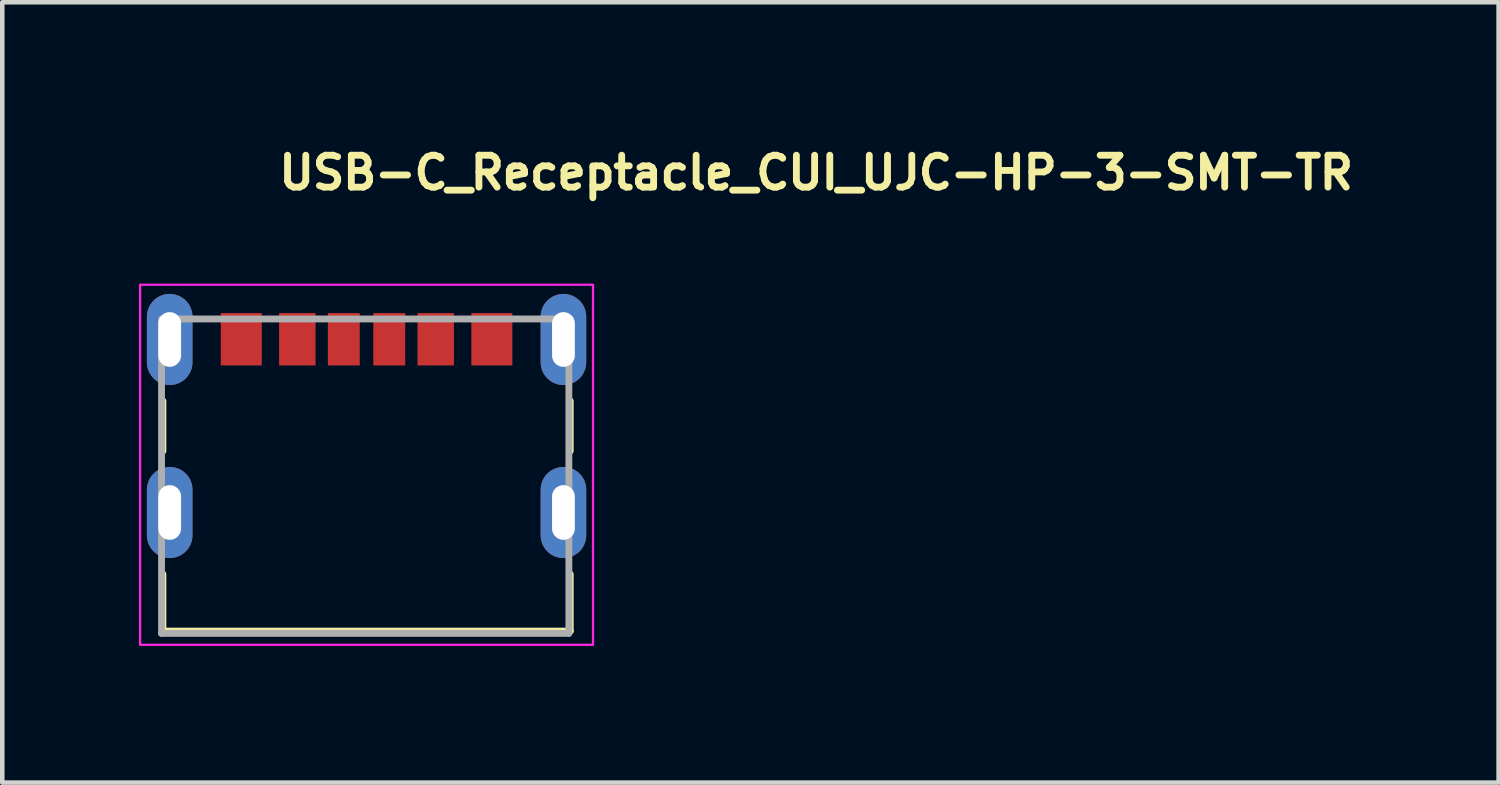
<source format=kicad_pcb>
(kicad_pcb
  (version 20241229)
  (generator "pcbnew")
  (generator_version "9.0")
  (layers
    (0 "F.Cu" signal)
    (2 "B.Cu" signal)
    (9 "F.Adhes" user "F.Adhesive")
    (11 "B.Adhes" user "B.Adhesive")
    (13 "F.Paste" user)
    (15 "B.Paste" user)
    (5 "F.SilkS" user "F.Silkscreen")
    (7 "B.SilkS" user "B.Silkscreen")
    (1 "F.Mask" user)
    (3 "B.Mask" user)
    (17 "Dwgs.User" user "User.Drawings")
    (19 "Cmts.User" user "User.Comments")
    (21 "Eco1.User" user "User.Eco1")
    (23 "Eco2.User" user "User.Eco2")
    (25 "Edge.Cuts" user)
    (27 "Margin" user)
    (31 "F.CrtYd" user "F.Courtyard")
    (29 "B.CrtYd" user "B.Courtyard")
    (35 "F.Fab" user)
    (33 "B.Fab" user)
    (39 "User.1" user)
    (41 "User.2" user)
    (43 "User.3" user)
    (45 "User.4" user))
  (footprint "USB-C_Receptacle_CUI_UJC-HP-3-SMT-TR"
    (layer "F.Cu")
    (at 4.995 7.15)
    (property "Reference" "USB-C_Receptacle_CUI_UJC-HP-3-SMT-TR" (at -2 -6 0) (layer "F.SilkS") (effects (font (size 0.7 0.7) (thickness 0.15)) (justify left bottom)))
    (attr smd)
    (fp_line (start -4.47 -0.3) (end -4.47 -1.4) (stroke (width 0.15) (type solid)) (layer "F.SilkS"))
    (fp_line (start -4.47 3.65) (end -4.47 2.4) (stroke (width 0.15) (type solid)) (layer "F.SilkS"))
    (fp_line (start -4.47 3.65) (end 4.469 3.65) (stroke (width 0.15) (type solid)) (layer "F.SilkS"))
    (fp_line (start 4.469 -0.3) (end 4.469 -1.4) (stroke (width 0.15) (type solid)) (layer "F.SilkS"))
    (fp_line (start 4.469 3.65) (end 4.469 2.4) (stroke (width 0.15) (type solid)) (layer "F.SilkS"))
    (fp_rect (start -4.97 -3.951) (end 4.969 3.95) (stroke (width 0.05) (type solid)) (fill no) (layer "F.CrtYd"))
    (fp_line (start -4.5 -3.2) (end -4.5 3.7) (stroke (width 0.15) (type solid)) (layer "F.Fab"))
    (fp_line (start -4.5 3.7) (end 4.439 3.7) (stroke (width 0.15) (type solid)) (layer "F.Fab"))
    (fp_line (start 4.439 3.7) (end 4.439 -3.2) (stroke (width 0.15) (type solid)) (layer "F.Fab"))
    (fp_line (start 4.469 -3.2) (end -4.47 -3.2) (stroke (width 0.15) (type solid)) (layer "F.Fab"))
    (fp_rect (start -4.47 -3.451) (end 4.469 3.45) (stroke (width 0.1) (type solid)) (fill no) (layer "User.5"))
    (fp_line (start -4.47 -3.351) (end -4.47 3.45) (stroke (width 0.02) (type solid)) (layer "User.9"))
    (fp_line (start -4.462 -3.351) (end -4.47 -3.351) (stroke (width 0.02) (type solid)) (layer "User.9"))
    (fp_line (start -4.462 -3.351) (end -4.462 -3.351) (stroke (width 0.02) (type solid)) (layer "User.9"))
    (fp_line (start -4.462 3.45) (end -4.47 3.45) (stroke (width 0.02) (type solid)) (layer "User.9"))
    (fp_line (start -4.462 3.45) (end -4.462 3.45) (stroke (width 0.02) (type solid)) (layer "User.9"))
    (fp_line (start -4.438 -3.351) (end -4.462 -3.351) (stroke (width 0.02) (type solid)) (layer "User.9"))
    (fp_line (start -4.438 -3.351) (end -4.438 -3.351) (stroke (width 0.02) (type solid)) (layer "User.9"))
    (fp_line (start -4.438 3.45) (end -4.462 3.45) (stroke (width 0.02) (type solid)) (layer "User.9"))
    (fp_line (start -4.438 3.45) (end -4.438 3.45) (stroke (width 0.02) (type solid)) (layer "User.9"))
    (fp_line (start -4.396 -3.351) (end -4.438 -3.351) (stroke (width 0.02) (type solid)) (layer "User.9"))
    (fp_line (start -4.396 -3.351) (end -4.396 -3.351) (stroke (width 0.02) (type solid)) (layer "User.9"))
    (fp_line (start -4.396 3.45) (end -4.438 3.45) (stroke (width 0.02) (type solid)) (layer "User.9"))
    (fp_line (start -4.396 3.45) (end -4.396 3.45) (stroke (width 0.02) (type solid)) (layer "User.9"))
    (fp_line (start -4.34 -3.351) (end -4.396 -3.351) (stroke (width 0.02) (type solid)) (layer "User.9"))
    (fp_line (start -4.34 -3.351) (end -4.34 -3.351) (stroke (width 0.02) (type solid)) (layer "User.9"))
    (fp_line (start -4.34 3.45) (end -4.396 3.45) (stroke (width 0.02) (type solid)) (layer "User.9"))
    (fp_line (start -4.34 3.45) (end -4.34 3.45) (stroke (width 0.02) (type solid)) (layer "User.9"))
    (fp_line (start -4.268 -3.351) (end -4.34 -3.351) (stroke (width 0.02) (type solid)) (layer "User.9"))
    (fp_line (start -4.268 -3.351) (end -4.268 -3.351) (stroke (width 0.02) (type solid)) (layer "User.9"))
    (fp_line (start -4.268 3.45) (end -4.34 3.45) (stroke (width 0.02) (type solid)) (layer "User.9"))
    (fp_line (start -4.268 3.45) (end -4.268 3.45) (stroke (width 0.02) (type solid)) (layer "User.9"))
    (fp_line (start -4.18 -3.351) (end -4.268 -3.351) (stroke (width 0.02) (type solid)) (layer "User.9"))
    (fp_line (start -4.18 -3.351) (end -4.18 -3.351) (stroke (width 0.02) (type solid)) (layer "User.9"))
    (fp_line (start -4.18 3.45) (end -4.268 3.45) (stroke (width 0.02) (type solid)) (layer "User.9"))
    (fp_line (start -4.18 3.45) (end -4.18 3.45) (stroke (width 0.02) (type solid)) (layer "User.9"))
    (fp_line (start -4.17 -3.451) (end -4.17 -3.351) (stroke (width 0.02) (type solid)) (layer "User.9"))
    (fp_line (start -4.165 -3.451) (end -4.17 -3.451) (stroke (width 0.02) (type solid)) (layer "User.9"))
    (fp_line (start -4.165 -3.451) (end -4.165 -3.451) (stroke (width 0.02) (type solid)) (layer "User.9"))
    (fp_line (start -4.149 -3.451) (end -4.165 -3.451) (stroke (width 0.02) (type solid)) (layer "User.9"))
    (fp_line (start -4.149 -3.451) (end -4.149 -3.451) (stroke (width 0.02) (type solid)) (layer "User.9"))
    (fp_line (start -4.122 -3.451) (end -4.149 -3.451) (stroke (width 0.02) (type solid)) (layer "User.9"))
    (fp_line (start -4.122 -3.451) (end -4.122 -3.451) (stroke (width 0.02) (type solid)) (layer "User.9"))
    (fp_line (start -4.085 -3.451) (end -4.122 -3.451) (stroke (width 0.02) (type solid)) (layer "User.9"))
    (fp_line (start -4.085 -3.451) (end -4.085 -3.451) (stroke (width 0.02) (type solid)) (layer "User.9"))
    (fp_line (start -4.082 -3.351) (end -4.18 -3.351) (stroke (width 0.02) (type solid)) (layer "User.9"))
    (fp_line (start -4.082 -3.351) (end -4.082 -3.351) (stroke (width 0.02) (type solid)) (layer "User.9"))
    (fp_line (start -4.082 3.45) (end -4.18 3.45) (stroke (width 0.02) (type solid)) (layer "User.9"))
    (fp_line (start -4.082 3.45) (end -4.082 3.45) (stroke (width 0.02) (type solid)) (layer "User.9"))
    (fp_line (start -4.037 -3.451) (end -4.085 -3.451) (stroke (width 0.02) (type solid)) (layer "User.9"))
    (fp_line (start -4.037 -3.451) (end -4.037 -3.451) (stroke (width 0.02) (type solid)) (layer "User.9"))
    (fp_line (start -3.98 -3.451) (end -4.037 -3.451) (stroke (width 0.02) (type solid)) (layer "User.9"))
    (fp_line (start -3.98 -3.451) (end -3.98 -3.451) (stroke (width 0.02) (type solid)) (layer "User.9"))
    (fp_line (start -3.971 -3.351) (end -4.082 -3.351) (stroke (width 0.02) (type solid)) (layer "User.9"))
    (fp_line (start -3.971 -3.351) (end -3.971 -3.351) (stroke (width 0.02) (type solid)) (layer "User.9"))
    (fp_line (start -3.971 3.45) (end -4.082 3.45) (stroke (width 0.02) (type solid)) (layer "User.9"))
    (fp_line (start -3.971 3.45) (end -3.971 3.45) (stroke (width 0.02) (type solid)) (layer "User.9"))
    (fp_line (start -3.914 -3.451) (end -3.98 -3.451) (stroke (width 0.02) (type solid)) (layer "User.9"))
    (fp_line (start -3.914 -3.451) (end -3.914 -3.451) (stroke (width 0.02) (type solid)) (layer "User.9"))
    (fp_line (start -3.848 -3.351) (end -3.971 -3.351) (stroke (width 0.02) (type solid)) (layer "User.9"))
    (fp_line (start -3.848 -3.351) (end -3.848 -3.351) (stroke (width 0.02) (type solid)) (layer "User.9"))
    (fp_line (start -3.848 3.45) (end -3.971 3.45) (stroke (width 0.02) (type solid)) (layer "User.9"))
    (fp_line (start -3.848 3.45) (end -3.848 3.45) (stroke (width 0.02) (type solid)) (layer "User.9"))
    (fp_line (start -3.758 -3.451) (end -3.914 -3.451) (stroke (width 0.02) (type solid)) (layer "User.9"))
    (fp_line (start -3.758 -3.451) (end -3.758 -3.451) (stroke (width 0.02) (type solid)) (layer "User.9"))
    (fp_line (start -3.58 -3.351) (end -3.848 -3.351) (stroke (width 0.02) (type solid)) (layer "User.9"))
    (fp_line (start -3.58 -3.351) (end -3.58 -3.351) (stroke (width 0.02) (type solid)) (layer "User.9"))
    (fp_line (start -3.58 3.45) (end -3.848 3.45) (stroke (width 0.02) (type solid)) (layer "User.9"))
    (fp_line (start -3.58 3.45) (end -3.58 3.45) (stroke (width 0.02) (type solid)) (layer "User.9"))
    (fp_line (start -3.576 -3.451) (end -3.758 -3.451) (stroke (width 0.02) (type solid)) (layer "User.9"))
    (fp_line (start -3.576 -3.451) (end -3.576 -3.451) (stroke (width 0.02) (type solid)) (layer "User.9"))
    (fp_line (start -3.27 -3.451) (end -3.576 -3.451) (stroke (width 0.02) (type solid)) (layer "User.9"))
    (fp_line (start -3.27 -3.351) (end -3.27 -3.451) (stroke (width 0.02) (type solid)) (layer "User.9"))
    (fp_line (start -3.141 -3.351) (end -3.58 -3.351) (stroke (width 0.02) (type solid)) (layer "User.9"))
    (fp_line (start -3.141 3.45) (end -3.58 3.45) (stroke (width 0.02) (type solid)) (layer "User.9"))
    (fp_line (start -2.923 -3.351) (end -3.141 -3.351) (stroke (width 0.02) (type solid)) (layer "User.9"))
    (fp_line (start -2.923 -3.351) (end -2.914 -3.351) (stroke (width 0.02) (type solid)) (layer "User.9"))
    (fp_line (start -2.914 -3.351) (end -2.904 -3.351) (stroke (width 0.02) (type solid)) (layer "User.9"))
    (fp_line (start -2.904 -3.351) (end -2.895 -3.348) (stroke (width 0.02) (type solid)) (layer "User.9"))
    (fp_line (start -2.895 -3.348) (end -2.884 -3.347) (stroke (width 0.02) (type solid)) (layer "User.9"))
    (fp_line (start -2.884 -3.347) (end -2.875 -3.344) (stroke (width 0.02) (type solid)) (layer "User.9"))
    (fp_line (start -2.875 -3.344) (end -2.866 -3.343) (stroke (width 0.02) (type solid)) (layer "User.9"))
    (fp_line (start -2.866 -3.343) (end -2.856 -3.339) (stroke (width 0.02) (type solid)) (layer "User.9"))
    (fp_line (start -2.856 -3.339) (end -2.847 -3.335) (stroke (width 0.02) (type solid)) (layer "User.9"))
    (fp_line (start -2.847 -3.335) (end -2.839 -3.331) (stroke (width 0.02) (type solid)) (layer "User.9"))
    (fp_line (start -2.839 -3.331) (end -2.83 -3.327) (stroke (width 0.02) (type solid)) (layer "User.9"))
    (fp_line (start -2.83 -3.327) (end -2.822 -3.322) (stroke (width 0.02) (type solid)) (layer "User.9"))
    (fp_line (start -2.822 -3.322) (end -2.813 -3.318) (stroke (width 0.02) (type solid)) (layer "User.9"))
    (fp_line (start -2.813 -3.318) (end -2.805 -3.311) (stroke (width 0.02) (type solid)) (layer "User.9"))
    (fp_line (start -2.805 -3.311) (end -2.798 -3.306) (stroke (width 0.02) (type solid)) (layer "User.9"))
    (fp_line (start -2.798 -3.306) (end -2.79 -3.299) (stroke (width 0.02) (type solid)) (layer "User.9"))
    (fp_line (start -2.79 -3.299) (end -2.782 -3.293) (stroke (width 0.02) (type solid)) (layer "User.9"))
    (fp_line (start -2.782 -3.293) (end -2.5 -3.009) (stroke (width 0.02) (type solid)) (layer "User.9"))
    (fp_line (start -2.656 -1.801) (end -2.656 -1.766) (stroke (width 0.02) (type solid)) (layer "User.9"))
    (fp_line (start -2.656 -1.801) (end -2.656 -1.766) (stroke (width 0.02) (type solid)) (layer "User.9"))
    (fp_line (start -2.656 -1.766) (end -2.621 -1.766) (stroke (width 0.02) (type solid)) (layer "User.9"))
    (fp_line (start -2.656 -1.385) (end -2.656 -1.351) (stroke (width 0.02) (type solid)) (layer "User.9"))
    (fp_line (start -2.656 -1.351) (end -1.446 -1.351) (stroke (width 0.02) (type solid)) (layer "User.9"))
    (fp_line (start -2.63 -1.385) (end -2.629 -1.381) (stroke (width 0.02) (type solid)) (layer "User.9"))
    (fp_line (start -2.629 -1.381) (end -2.625 -1.377) (stroke (width 0.02) (type solid)) (layer "User.9"))
    (fp_line (start -2.625 -1.377) (end -2.622 -1.373) (stroke (width 0.02) (type solid)) (layer "User.9"))
    (fp_line (start -2.622 -1.373) (end -2.621 -1.371) (stroke (width 0.02) (type solid)) (layer "User.9"))
    (fp_line (start -2.621 -1.766) (end -2.214 -1.766) (stroke (width 0.02) (type solid)) (layer "User.9"))
    (fp_line (start -2.621 -1.385) (end -2.656 -1.385) (stroke (width 0.02) (type solid)) (layer "User.9"))
    (fp_line (start -2.621 -1.385) (end -2.214 -1.385) (stroke (width 0.02) (type solid)) (layer "User.9"))
    (fp_line (start -2.621 -1.371) (end -2.617 -1.367) (stroke (width 0.02) (type solid)) (layer "User.9"))
    (fp_line (start -2.617 -1.367) (end -2.614 -1.365) (stroke (width 0.02) (type solid)) (layer "User.9"))
    (fp_line (start -2.614 -1.365) (end -2.612 -1.361) (stroke (width 0.02) (type solid)) (layer "User.9"))
    (fp_line (start -2.612 -1.361) (end -2.609 -1.359) (stroke (width 0.02) (type solid)) (layer "User.9"))
    (fp_line (start -2.609 -1.359) (end -2.606 -1.357) (stroke (width 0.02) (type solid)) (layer "User.9"))
    (fp_line (start -2.606 -1.357) (end -2.604 -1.355) (stroke (width 0.02) (type solid)) (layer "User.9"))
    (fp_line (start -2.604 -1.355) (end -2.601 -1.355) (stroke (width 0.02) (type solid)) (layer "User.9"))
    (fp_line (start -2.601 -1.355) (end -2.597 -1.353) (stroke (width 0.02) (type solid)) (layer "User.9"))
    (fp_line (start -2.597 -1.353) (end -2.594 -1.351) (stroke (width 0.02) (type solid)) (layer "User.9"))
    (fp_line (start -2.594 -1.351) (end -2.592 -1.351) (stroke (width 0.02) (type solid)) (layer "User.9"))
    (fp_line (start -2.592 -1.351) (end -2.59 -1.351) (stroke (width 0.02) (type solid)) (layer "User.9"))
    (fp_line (start -2.59 -1.351) (end -2.589 -1.351) (stroke (width 0.02) (type solid)) (layer "User.9"))
    (fp_line (start -2.589 -1.351) (end -2.588 -1.351) (stroke (width 0.02) (type solid)) (layer "User.9"))
    (fp_line (start -2.588 -1.351) (end -2.586 -1.351) (stroke (width 0.02) (type solid)) (layer "User.9"))
    (fp_line (start -2.586 -1.351) (end -2.656 -1.351) (stroke (width 0.02) (type solid)) (layer "User.9"))
    (fp_line (start -2.5 -3.009) (end -2.492 -3.003) (stroke (width 0.02) (type solid)) (layer "User.9"))
    (fp_line (start -2.492 -3.003) (end -2.484 -2.996) (stroke (width 0.02) (type solid)) (layer "User.9"))
    (fp_line (start -2.484 -2.996) (end -2.477 -2.991) (stroke (width 0.02) (type solid)) (layer "User.9"))
    (fp_line (start -2.477 -2.991) (end -2.469 -2.984) (stroke (width 0.02) (type solid)) (layer "User.9"))
    (fp_line (start -2.469 -2.984) (end -2.46 -2.98) (stroke (width 0.02) (type solid)) (layer "User.9"))
    (fp_line (start -2.469 -1.801) (end -2.469 -1.766) (stroke (width 0.02) (type solid)) (layer "User.9"))
    (fp_line (start -2.469 -1.385) (end -2.469 -1.351) (stroke (width 0.02) (type solid)) (layer "User.9"))
    (fp_line (start -2.469 -1.351) (end -2.656 -1.351) (stroke (width 0.02) (type solid)) (layer "User.9"))
    (fp_line (start -2.46 -2.98) (end -2.452 -2.975) (stroke (width 0.02) (type solid)) (layer "User.9"))
    (fp_line (start -2.452 -3.281) (end -2.77 -3.281) (stroke (width 0.02) (type solid)) (layer "User.9"))
    (fp_line (start -2.452 -3.281) (end -2.452 -3.181) (stroke (width 0.02) (type solid)) (layer "User.9"))
    (fp_line (start -2.452 -3.181) (end -2.67 -3.181) (stroke (width 0.02) (type solid)) (layer "User.9"))
    (fp_line (start -2.452 -3.181) (end -2.452 -2.973) (stroke (width 0.02) (type solid)) (layer "User.9"))
    (fp_line (start -2.452 -2.975) (end -2.444 -2.971) (stroke (width 0.02) (type solid)) (layer "User.9"))
    (fp_line (start -2.444 -2.971) (end -2.435 -2.967) (stroke (width 0.02) (type solid)) (layer "User.9"))
    (fp_line (start -2.435 -2.967) (end -2.426 -2.963) (stroke (width 0.02) (type solid)) (layer "User.9"))
    (fp_line (start -2.426 -2.963) (end -2.416 -2.96) (stroke (width 0.02) (type solid)) (layer "User.9"))
    (fp_line (start -2.416 -2.96) (end -2.407 -2.957) (stroke (width 0.02) (type solid)) (layer "User.9"))
    (fp_line (start -2.407 -2.957) (end -2.398 -2.955) (stroke (width 0.02) (type solid)) (layer "User.9"))
    (fp_line (start -2.398 -2.955) (end -2.387 -2.953) (stroke (width 0.02) (type solid)) (layer "User.9"))
    (fp_line (start -2.387 -2.953) (end -2.378 -2.952) (stroke (width 0.02) (type solid)) (layer "User.9"))
    (fp_line (start -2.378 -2.952) (end -2.368 -2.952) (stroke (width 0.02) (type solid)) (layer "User.9"))
    (fp_line (start -2.368 -2.952) (end -2.359 -2.952) (stroke (width 0.02) (type solid)) (layer "User.9"))
    (fp_line (start -2.359 -2.952) (end -1.301 -2.952) (stroke (width 0.02) (type solid)) (layer "User.9"))
    (fp_line (start -2.214 -1.766) (end -1.889 -1.766) (stroke (width 0.02) (type solid)) (layer "User.9"))
    (fp_line (start -2.214 -1.385) (end -1.889 -1.385) (stroke (width 0.02) (type solid)) (layer "User.9"))
    (fp_line (start -1.889 -1.766) (end -1.48 -1.766) (stroke (width 0.02) (type solid)) (layer "User.9"))
    (fp_line (start -1.889 -1.385) (end -1.48 -1.385) (stroke (width 0.02) (type solid)) (layer "User.9"))
    (fp_line (start -1.801 -3.281) (end -1.801 -3.181) (stroke (width 0.02) (type solid)) (layer "User.9"))
    (fp_line (start -1.801 -3.181) (end -1.801 -2.952) (stroke (width 0.02) (type solid)) (layer "User.9"))
    (fp_line (start -1.633 -1.801) (end -1.633 -1.766) (stroke (width 0.02) (type solid)) (layer "User.9"))
    (fp_line (start -1.633 -1.385) (end -1.633 -1.351) (stroke (width 0.02) (type solid)) (layer "User.9"))
    (fp_line (start -1.516 -1.351) (end -1.633 -1.351) (stroke (width 0.02) (type solid)) (layer "User.9"))
    (fp_line (start -1.516 -1.351) (end -1.514 -1.351) (stroke (width 0.02) (type solid)) (layer "User.9"))
    (fp_line (start -1.514 -1.351) (end -1.514 -1.351) (stroke (width 0.02) (type solid)) (layer "User.9"))
    (fp_line (start -1.514 -1.351) (end -1.512 -1.351) (stroke (width 0.02) (type solid)) (layer "User.9"))
    (fp_line (start -1.512 -1.351) (end -1.51 -1.351) (stroke (width 0.02) (type solid)) (layer "User.9"))
    (fp_line (start -1.51 -1.351) (end -1.508 -1.351) (stroke (width 0.02) (type solid)) (layer "User.9"))
    (fp_line (start -1.508 -1.351) (end -1.508 -1.351) (stroke (width 0.02) (type solid)) (layer "User.9"))
    (fp_line (start -1.508 -1.351) (end -1.506 -1.353) (stroke (width 0.02) (type solid)) (layer "User.9"))
    (fp_line (start -1.506 -1.353) (end -1.504 -1.353) (stroke (width 0.02) (type solid)) (layer "User.9"))
    (fp_line (start -1.504 -1.353) (end -1.502 -1.353) (stroke (width 0.02) (type solid)) (layer "User.9"))
    (fp_line (start -1.502 -1.355) (end -1.5 -1.355) (stroke (width 0.02) (type solid)) (layer "User.9"))
    (fp_line (start -1.502 -1.353) (end -1.502 -1.355) (stroke (width 0.02) (type solid)) (layer "User.9"))
    (fp_line (start -1.5 -2.27) (end -1.5 -2.261) (stroke (width 0.02) (type solid)) (layer "User.9"))
    (fp_line (start -1.5 -2.261) (end -1.5 -2.25) (stroke (width 0.02) (type solid)) (layer "User.9"))
    (fp_line (start -1.5 -2.25) (end -1.5 -2.242) (stroke (width 0.02) (type solid)) (layer "User.9"))
    (fp_line (start -1.5 -2.242) (end -1.5 -2.231) (stroke (width 0.02) (type solid)) (layer "User.9"))
    (fp_line (start -1.5 -2.231) (end -1.498 -2.222) (stroke (width 0.02) (type solid)) (layer "User.9"))
    (fp_line (start -1.5 -1.355) (end -1.498 -1.355) (stroke (width 0.02) (type solid)) (layer "User.9"))
    (fp_line (start -1.498 -2.29) (end -1.498 -2.281) (stroke (width 0.02) (type solid)) (layer "User.9"))
    (fp_line (start -1.498 -2.281) (end -1.5 -2.27) (stroke (width 0.02) (type solid)) (layer "User.9"))
    (fp_line (start -1.498 -2.222) (end -1.498 -2.211) (stroke (width 0.02) (type solid)) (layer "User.9"))
    (fp_line (start -1.498 -2.211) (end -1.494 -2.202) (stroke (width 0.02) (type solid)) (layer "User.9"))
    (fp_line (start -1.498 -1.357) (end -1.496 -1.357) (stroke (width 0.02) (type solid)) (layer "User.9"))
    (fp_line (start -1.498 -1.355) (end -1.498 -1.357) (stroke (width 0.02) (type solid)) (layer "User.9"))
    (fp_line (start -1.496 -1.357) (end -1.492 -1.359) (stroke (width 0.02) (type solid)) (layer "User.9"))
    (fp_line (start -1.494 -2.299) (end -1.498 -2.29) (stroke (width 0.02) (type solid)) (layer "User.9"))
    (fp_line (start -1.494 -2.202) (end -1.492 -2.193) (stroke (width 0.02) (type solid)) (layer "User.9"))
    (fp_line (start -1.492 -2.31) (end -1.494 -2.299) (stroke (width 0.02) (type solid)) (layer "User.9"))
    (fp_line (start -1.492 -2.193) (end -1.49 -2.183) (stroke (width 0.02) (type solid)) (layer "User.9"))
    (fp_line (start -1.492 -1.359) (end -1.49 -1.361) (stroke (width 0.02) (type solid)) (layer "User.9"))
    (fp_line (start -1.49 -2.319) (end -1.492 -2.31) (stroke (width 0.02) (type solid)) (layer "User.9"))
    (fp_line (start -1.49 -2.183) (end -1.486 -2.174) (stroke (width 0.02) (type solid)) (layer "User.9"))
    (fp_line (start -1.49 -1.361) (end -1.488 -1.365) (stroke (width 0.02) (type solid)) (layer "User.9"))
    (fp_line (start -1.488 -1.365) (end -1.484 -1.367) (stroke (width 0.02) (type solid)) (layer "User.9"))
    (fp_line (start -1.486 -2.327) (end -1.49 -2.319) (stroke (width 0.02) (type solid)) (layer "User.9"))
    (fp_line (start -1.486 -2.174) (end -1.482 -2.165) (stroke (width 0.02) (type solid)) (layer "User.9"))
    (fp_line (start -1.484 -1.367) (end -1.482 -1.371) (stroke (width 0.02) (type solid)) (layer "User.9"))
    (fp_line (start -1.482 -2.336) (end -1.486 -2.327) (stroke (width 0.02) (type solid)) (layer "User.9"))
    (fp_line (start -1.482 -2.165) (end -1.478 -2.157) (stroke (width 0.02) (type solid)) (layer "User.9"))
    (fp_line (start -1.482 -1.371) (end -1.48 -1.373) (stroke (width 0.02) (type solid)) (layer "User.9"))
    (fp_line (start -1.48 -1.766) (end -1.446 -1.766) (stroke (width 0.02) (type solid)) (layer "User.9"))
    (fp_line (start -1.48 -1.373) (end -1.476 -1.377) (stroke (width 0.02) (type solid)) (layer "User.9"))
    (fp_line (start -1.478 -2.346) (end -1.482 -2.336) (stroke (width 0.02) (type solid)) (layer "User.9"))
    (fp_line (start -1.478 -2.157) (end -1.472 -2.149) (stroke (width 0.02) (type solid)) (layer "User.9"))
    (fp_line (start -1.476 -1.377) (end -1.474 -1.381) (stroke (width 0.02) (type solid)) (layer "User.9"))
    (fp_line (start -1.474 -1.381) (end -1.472 -1.385) (stroke (width 0.02) (type solid)) (layer "User.9"))
    (fp_line (start -1.472 -2.354) (end -1.478 -2.346) (stroke (width 0.02) (type solid)) (layer "User.9"))
    (fp_line (start -1.472 -2.149) (end -1.468 -2.141) (stroke (width 0.02) (type solid)) (layer "User.9"))
    (fp_line (start -1.468 -2.362) (end -1.472 -2.354) (stroke (width 0.02) (type solid)) (layer "User.9"))
    (fp_line (start -1.468 -2.141) (end -1.462 -2.133) (stroke (width 0.02) (type solid)) (layer "User.9"))
    (fp_line (start -1.462 -2.37) (end -1.468 -2.362) (stroke (width 0.02) (type solid)) (layer "User.9"))
    (fp_line (start -1.462 -2.133) (end -1.456 -2.125) (stroke (width 0.02) (type solid)) (layer "User.9"))
    (fp_line (start -1.456 -2.378) (end -1.462 -2.37) (stroke (width 0.02) (type solid)) (layer "User.9"))
    (fp_line (start -1.456 -2.125) (end -1.45 -2.117) (stroke (width 0.02) (type solid)) (layer "User.9"))
    (fp_line (start -1.45 -2.386) (end -1.456 -2.378) (stroke (width 0.02) (type solid)) (layer "User.9"))
    (fp_line (start -1.45 -2.117) (end -1.442 -2.109) (stroke (width 0.02) (type solid)) (layer "User.9"))
    (fp_line (start -1.446 -1.801) (end -2.656 -1.801) (stroke (width 0.02) (type solid)) (layer "User.9"))
    (fp_line (start -1.446 -1.801) (end -2.656 -1.801) (stroke (width 0.02) (type solid)) (layer "User.9"))
    (fp_line (start -1.446 -1.801) (end -1.446 -1.766) (stroke (width 0.02) (type solid)) (layer "User.9"))
    (fp_line (start -1.446 -1.766) (end -1.446 -1.801) (stroke (width 0.02) (type solid)) (layer "User.9"))
    (fp_line (start -1.446 -1.385) (end -1.48 -1.385) (stroke (width 0.02) (type solid)) (layer "User.9"))
    (fp_line (start -1.446 -1.351) (end -1.516 -1.351) (stroke (width 0.02) (type solid)) (layer "User.9"))
    (fp_line (start -1.446 -1.351) (end -1.446 -1.385) (stroke (width 0.02) (type solid)) (layer "User.9"))
    (fp_line (start -1.442 -2.392) (end -1.45 -2.386) (stroke (width 0.02) (type solid)) (layer "User.9"))
    (fp_line (start -1.442 -2.392) (end -1.442 -2.392) (stroke (width 0.02) (type solid)) (layer "User.9"))
    (fp_line (start -1.442 -2.109) (end -1.442 -2.109) (stroke (width 0.02) (type solid)) (layer "User.9"))
    (fp_line (start -1.442 -2.109) (end -1.436 -2.102) (stroke (width 0.02) (type solid)) (layer "User.9"))
    (fp_line (start -1.436 -2.399) (end -1.442 -2.392) (stroke (width 0.02) (type solid)) (layer "User.9"))
    (fp_line (start -1.436 -2.102) (end -1.428 -2.097) (stroke (width 0.02) (type solid)) (layer "User.9"))
    (fp_line (start -1.428 -2.406) (end -1.436 -2.399) (stroke (width 0.02) (type solid)) (layer "User.9"))
    (fp_line (start -1.428 -2.097) (end -1.42 -2.09) (stroke (width 0.02) (type solid)) (layer "User.9"))
    (fp_line (start -1.42 -2.411) (end -1.428 -2.406) (stroke (width 0.02) (type solid)) (layer "User.9"))
    (fp_line (start -1.42 -2.09) (end -1.412 -2.085) (stroke (width 0.02) (type solid)) (layer "User.9"))
    (fp_line (start -1.412 -2.418) (end -1.42 -2.411) (stroke (width 0.02) (type solid)) (layer "User.9"))
    (fp_line (start -1.412 -2.085) (end -1.403 -2.08) (stroke (width 0.02) (type solid)) (layer "User.9"))
    (fp_line (start -1.403 -2.423) (end -1.412 -2.418) (stroke (width 0.02) (type solid)) (layer "User.9"))
    (fp_line (start -1.403 -2.08) (end -1.395 -2.074) (stroke (width 0.02) (type solid)) (layer "User.9"))
    (fp_line (start -1.395 -2.427) (end -1.403 -2.423) (stroke (width 0.02) (type solid)) (layer "User.9"))
    (fp_line (start -1.395 -2.074) (end -1.387 -2.07) (stroke (width 0.02) (type solid)) (layer "User.9"))
    (fp_line (start -1.387 -2.431) (end -1.395 -2.427) (stroke (width 0.02) (type solid)) (layer "User.9"))
    (fp_line (start -1.387 -2.07) (end -1.377 -2.066) (stroke (width 0.02) (type solid)) (layer "User.9"))
    (fp_line (start -1.377 -2.436) (end -1.387 -2.431) (stroke (width 0.02) (type solid)) (layer "User.9"))
    (fp_line (start -1.377 -2.066) (end -1.369 -2.062) (stroke (width 0.02) (type solid)) (layer "User.9"))
    (fp_line (start -1.369 -2.44) (end -1.377 -2.436) (stroke (width 0.02) (type solid)) (layer "User.9"))
    (fp_line (start -1.369 -2.062) (end -1.359 -2.06) (stroke (width 0.02) (type solid)) (layer "User.9"))
    (fp_line (start -1.359 -2.443) (end -1.369 -2.44) (stroke (width 0.02) (type solid)) (layer "User.9"))
    (fp_line (start -1.359 -2.06) (end -1.349 -2.057) (stroke (width 0.02) (type solid)) (layer "User.9"))
    (fp_line (start -1.349 -2.444) (end -1.359 -2.443) (stroke (width 0.02) (type solid)) (layer "User.9"))
    (fp_line (start -1.349 -2.057) (end -1.341 -2.054) (stroke (width 0.02) (type solid)) (layer "User.9"))
    (fp_line (start -1.341 -2.448) (end -1.349 -2.444) (stroke (width 0.02) (type solid)) (layer "User.9"))
    (fp_line (start -1.341 -2.054) (end -1.331 -2.053) (stroke (width 0.02) (type solid)) (layer "User.9"))
    (fp_line (start -1.331 -2.448) (end -1.341 -2.448) (stroke (width 0.02) (type solid)) (layer "User.9"))
    (fp_line (start -1.331 -2.053) (end -1.321 -2.052) (stroke (width 0.02) (type solid)) (layer "User.9"))
    (fp_line (start -1.321 -2.451) (end -1.331 -2.448) (stroke (width 0.02) (type solid)) (layer "User.9"))
    (fp_line (start -1.321 -2.052) (end -1.311 -2.052) (stroke (width 0.02) (type solid)) (layer "User.9"))
    (fp_line (start -1.311 -2.451) (end -1.321 -2.451) (stroke (width 0.02) (type solid)) (layer "User.9"))
    (fp_line (start -1.311 -2.052) (end -1.301 -2.05) (stroke (width 0.02) (type solid)) (layer "User.9"))
    (fp_line (start -1.301 -2.952) (end -0.982 -2.952) (stroke (width 0.02) (type solid)) (layer "User.9"))
    (fp_line (start -1.301 -2.452) (end -1.311 -2.451) (stroke (width 0.02) (type solid)) (layer "User.9"))
    (fp_line (start -1.301 -2.351) (end -1.301 -2.452) (stroke (width 0.02) (type solid)) (layer "User.9"))
    (fp_line (start -1.301 -2.351) (end 1.3 -2.351) (stroke (width 0.02) (type solid)) (layer "User.9"))
    (fp_line (start -1.301 -2.05) (end 1.3 -2.05) (stroke (width 0.02) (type solid)) (layer "User.9"))
    (fp_line (start -1.24 -3.281) (end -1.801 -3.281) (stroke (width 0.02) (type solid)) (layer "User.9"))
    (fp_line (start -1.24 -3.281) (end -1.24 -3.181) (stroke (width 0.02) (type solid)) (layer "User.9"))
    (fp_line (start -1.24 -3.181) (end -1.801 -3.181) (stroke (width 0.02) (type solid)) (layer "User.9"))
    (fp_line (start -1.24 -3.181) (end -1.24 -2.952) (stroke (width 0.02) (type solid)) (layer "User.9"))
    (fp_line (start -0.982 -2.952) (end -0.462 -2.952) (stroke (width 0.02) (type solid)) (layer "User.9"))
    (fp_line (start -0.982 -2.952) (end 0.98 -2.952) (stroke (width 0.02) (type solid)) (layer "User.9"))
    (fp_line (start -0.982 -2.452) (end -1.301 -2.452) (stroke (width 0.02) (type solid)) (layer "User.9"))
    (fp_line (start -0.75 -3.281) (end -0.75 -3.181) (stroke (width 0.02) (type solid)) (layer "User.9"))
    (fp_line (start -0.75 -3.181) (end -0.75 -2.952) (stroke (width 0.02) (type solid)) (layer "User.9"))
    (fp_line (start -0.462 -2.452) (end -0.982 -2.452) (stroke (width 0.02) (type solid)) (layer "User.9"))
    (fp_line (start -0.462 -2.452) (end -0.458 -2.452) (stroke (width 0.02) (type solid)) (layer "User.9"))
    (fp_line (start -0.458 -2.951) (end -0.462 -2.952) (stroke (width 0.02) (type solid)) (layer "User.9"))
    (fp_line (start -0.458 -2.452) (end -0.455 -2.452) (stroke (width 0.02) (type solid)) (layer "User.9"))
    (fp_line (start -0.455 -2.951) (end -0.458 -2.951) (stroke (width 0.02) (type solid)) (layer "User.9"))
    (fp_line (start -0.455 -2.452) (end -0.451 -2.452) (stroke (width 0.02) (type solid)) (layer "User.9"))
    (fp_line (start -0.451 -2.949) (end -0.455 -2.951) (stroke (width 0.02) (type solid)) (layer "User.9"))
    (fp_line (start -0.451 -2.452) (end -0.447 -2.452) (stroke (width 0.02) (type solid)) (layer "User.9"))
    (fp_line (start -0.447 -2.949) (end -0.451 -2.949) (stroke (width 0.02) (type solid)) (layer "User.9"))
    (fp_line (start -0.447 -2.452) (end -0.443 -2.455) (stroke (width 0.02) (type solid)) (layer "User.9"))
    (fp_line (start -0.443 -2.948) (end -0.447 -2.949) (stroke (width 0.02) (type solid)) (layer "User.9"))
    (fp_line (start -0.443 -2.455) (end -0.44 -2.456) (stroke (width 0.02) (type solid)) (layer "User.9"))
    (fp_line (start -0.44 -2.947) (end -0.443 -2.948) (stroke (width 0.02) (type solid)) (layer "User.9"))
    (fp_line (start -0.44 -2.456) (end -0.437 -2.456) (stroke (width 0.02) (type solid)) (layer "User.9"))
    (fp_line (start -0.437 -2.945) (end -0.44 -2.947) (stroke (width 0.02) (type solid)) (layer "User.9"))
    (fp_line (start -0.437 -2.456) (end -0.433 -2.459) (stroke (width 0.02) (type solid)) (layer "User.9"))
    (fp_line (start -0.433 -2.943) (end -0.437 -2.945) (stroke (width 0.02) (type solid)) (layer "User.9"))
    (fp_line (start -0.433 -2.459) (end -0.43 -2.46) (stroke (width 0.02) (type solid)) (layer "User.9"))
    (fp_line (start -0.43 -2.942) (end -0.433 -2.943) (stroke (width 0.02) (type solid)) (layer "User.9"))
    (fp_line (start -0.43 -2.46) (end -0.427 -2.463) (stroke (width 0.02) (type solid)) (layer "User.9"))
    (fp_line (start -0.427 -2.939) (end -0.43 -2.942) (stroke (width 0.02) (type solid)) (layer "User.9"))
    (fp_line (start -0.427 -2.463) (end -0.424 -2.465) (stroke (width 0.02) (type solid)) (layer "User.9"))
    (fp_line (start -0.424 -2.936) (end -0.427 -2.939) (stroke (width 0.02) (type solid)) (layer "User.9"))
    (fp_line (start -0.424 -2.465) (end -0.421 -2.468) (stroke (width 0.02) (type solid)) (layer "User.9"))
    (fp_line (start -0.421 -2.935) (end -0.424 -2.936) (stroke (width 0.02) (type solid)) (layer "User.9"))
    (fp_line (start -0.421 -2.468) (end -0.418 -2.471) (stroke (width 0.02) (type solid)) (layer "User.9"))
    (fp_line (start -0.418 -2.931) (end -0.421 -2.935) (stroke (width 0.02) (type solid)) (layer "User.9"))
    (fp_line (start -0.418 -2.471) (end -0.417 -2.473) (stroke (width 0.02) (type solid)) (layer "User.9"))
    (fp_line (start -0.417 -2.928) (end -0.418 -2.931) (stroke (width 0.02) (type solid)) (layer "User.9"))
    (fp_line (start -0.417 -2.473) (end -0.414 -2.476) (stroke (width 0.02) (type solid)) (layer "User.9"))
    (fp_line (start -0.414 -2.926) (end -0.417 -2.928) (stroke (width 0.02) (type solid)) (layer "User.9"))
    (fp_line (start -0.414 -2.476) (end -0.412 -2.48) (stroke (width 0.02) (type solid)) (layer "User.9"))
    (fp_line (start -0.412 -2.922) (end -0.414 -2.926) (stroke (width 0.02) (type solid)) (layer "User.9"))
    (fp_line (start -0.412 -2.922) (end -0.412 -2.922) (stroke (width 0.02) (type solid)) (layer "User.9"))
    (fp_line (start -0.412 -2.48) (end -0.412 -2.48) (stroke (width 0.02) (type solid)) (layer "User.9"))
    (fp_line (start -0.412 -2.48) (end -0.409 -2.484) (stroke (width 0.02) (type solid)) (layer "User.9"))
    (fp_line (start -0.409 -2.919) (end -0.412 -2.922) (stroke (width 0.02) (type solid)) (layer "User.9"))
    (fp_line (start -0.409 -2.484) (end -0.407 -2.488) (stroke (width 0.02) (type solid)) (layer "User.9"))
    (fp_line (start -0.407 -2.915) (end -0.409 -2.919) (stroke (width 0.02) (type solid)) (layer "User.9"))
    (fp_line (start -0.407 -2.488) (end -0.405 -2.492) (stroke (width 0.02) (type solid)) (layer "User.9"))
    (fp_line (start -0.405 -2.911) (end -0.407 -2.915) (stroke (width 0.02) (type solid)) (layer "User.9"))
    (fp_line (start -0.405 -2.492) (end -0.403 -2.496) (stroke (width 0.02) (type solid)) (layer "User.9"))
    (fp_line (start -0.403 -2.907) (end -0.405 -2.911) (stroke (width 0.02) (type solid)) (layer "User.9"))
    (fp_line (start -0.403 -2.496) (end -0.401 -2.5) (stroke (width 0.02) (type solid)) (layer "User.9"))
    (fp_line (start -0.401 -2.903) (end -0.403 -2.907) (stroke (width 0.02) (type solid)) (layer "User.9"))
    (fp_line (start -0.401 -2.5) (end -0.399 -2.504) (stroke (width 0.02) (type solid)) (layer "User.9"))
    (fp_line (start -0.399 -2.899) (end -0.401 -2.903) (stroke (width 0.02) (type solid)) (layer "User.9"))
    (fp_line (start -0.399 -2.504) (end -0.398 -2.508) (stroke (width 0.02) (type solid)) (layer "User.9"))
    (fp_line (start -0.398 -2.894) (end -0.399 -2.899) (stroke (width 0.02) (type solid)) (layer "User.9"))
    (fp_line (start -0.398 -2.508) (end -0.396 -2.512) (stroke (width 0.02) (type solid)) (layer "User.9"))
    (fp_line (start -0.396 -2.89) (end -0.398 -2.894) (stroke (width 0.02) (type solid)) (layer "User.9"))
    (fp_line (start -0.396 -2.512) (end -0.395 -2.517) (stroke (width 0.02) (type solid)) (layer "User.9"))
    (fp_line (start -0.395 -2.884) (end -0.396 -2.89) (stroke (width 0.02) (type solid)) (layer "User.9"))
    (fp_line (start -0.395 -2.517) (end -0.394 -2.521) (stroke (width 0.02) (type solid)) (layer "User.9"))
    (fp_line (start -0.394 -2.88) (end -0.395 -2.884) (stroke (width 0.02) (type solid)) (layer "User.9"))
    (fp_line (start -0.394 -2.521) (end -0.393 -2.527) (stroke (width 0.02) (type solid)) (layer "User.9"))
    (fp_line (start -0.393 -2.875) (end -0.394 -2.88) (stroke (width 0.02) (type solid)) (layer "User.9"))
    (fp_line (start -0.393 -2.527) (end -0.392 -2.532) (stroke (width 0.02) (type solid)) (layer "User.9"))
    (fp_line (start -0.392 -2.871) (end -0.393 -2.875) (stroke (width 0.02) (type solid)) (layer "User.9"))
    (fp_line (start -0.392 -2.866) (end -0.392 -2.871) (stroke (width 0.02) (type solid)) (layer "User.9"))
    (fp_line (start -0.392 -2.536) (end -0.391 -2.541) (stroke (width 0.02) (type solid)) (layer "User.9"))
    (fp_line (start -0.392 -2.532) (end -0.392 -2.536) (stroke (width 0.02) (type solid)) (layer "User.9"))
    (fp_line (start -0.391 -2.86) (end -0.392 -2.866) (stroke (width 0.02) (type solid)) (layer "User.9"))
    (fp_line (start -0.391 -2.855) (end -0.391 -2.86) (stroke (width 0.02) (type solid)) (layer "User.9"))
    (fp_line (start -0.391 -2.851) (end -0.391 -2.855) (stroke (width 0.02) (type solid)) (layer "User.9"))
    (fp_line (start -0.391 -2.851) (end -0.391 -2.551) (stroke (width 0.02) (type solid)) (layer "User.9"))
    (fp_line (start -0.391 -2.547) (end -0.391 -2.551) (stroke (width 0.02) (type solid)) (layer "User.9"))
    (fp_line (start -0.391 -2.541) (end -0.391 -2.547) (stroke (width 0.02) (type solid)) (layer "User.9"))
    (fp_line (start -0.25 -3.281) (end -0.75 -3.281) (stroke (width 0.02) (type solid)) (layer "User.9"))
    (fp_line (start -0.25 -3.281) (end -0.25 -3.181) (stroke (width 0.02) (type solid)) (layer "User.9"))
    (fp_line (start -0.25 -3.181) (end -0.75 -3.181) (stroke (width 0.02) (type solid)) (layer "User.9"))
    (fp_line (start -0.25 -3.181) (end -0.25 -2.952) (stroke (width 0.02) (type solid)) (layer "User.9"))
    (fp_line (start 0.248 -3.281) (end 0.248 -3.181) (stroke (width 0.02) (type solid)) (layer "User.9"))
    (fp_line (start 0.248 -3.281) (end 0.748 -3.281) (stroke (width 0.02) (type solid)) (layer "User.9"))
    (fp_line (start 0.248 -3.181) (end 0.248 -2.952) (stroke (width 0.02) (type solid)) (layer "User.9"))
    (fp_line (start 0.248 -3.181) (end 0.748 -3.181) (stroke (width 0.02) (type solid)) (layer "User.9"))
    (fp_line (start 0.389 -2.86) (end 0.389 -2.855) (stroke (width 0.02) (type solid)) (layer "User.9"))
    (fp_line (start 0.389 -2.855) (end 0.389 -2.851) (stroke (width 0.02) (type solid)) (layer "User.9"))
    (fp_line (start 0.389 -2.551) (end 0.389 -2.851) (stroke (width 0.02) (type solid)) (layer "User.9"))
    (fp_line (start 0.389 -2.551) (end 0.389 -2.547) (stroke (width 0.02) (type solid)) (layer "User.9"))
    (fp_line (start 0.389 -2.547) (end 0.389 -2.541) (stroke (width 0.02) (type solid)) (layer "User.9"))
    (fp_line (start 0.389 -2.541) (end 0.39 -2.536) (stroke (width 0.02) (type solid)) (layer "User.9"))
    (fp_line (start 0.39 -2.871) (end 0.39 -2.866) (stroke (width 0.02) (type solid)) (layer "User.9"))
    (fp_line (start 0.39 -2.866) (end 0.389 -2.86) (stroke (width 0.02) (type solid)) (layer "User.9"))
    (fp_line (start 0.39 -2.536) (end 0.39 -2.532) (stroke (width 0.02) (type solid)) (layer "User.9"))
    (fp_line (start 0.39 -2.532) (end 0.391 -2.527) (stroke (width 0.02) (type solid)) (layer "User.9"))
    (fp_line (start 0.391 -2.875) (end 0.39 -2.871) (stroke (width 0.02) (type solid)) (layer "User.9"))
    (fp_line (start 0.391 -2.527) (end 0.392 -2.521) (stroke (width 0.02) (type solid)) (layer "User.9"))
    (fp_line (start 0.392 -2.88) (end 0.391 -2.875) (stroke (width 0.02) (type solid)) (layer "User.9"))
    (fp_line (start 0.392 -2.521) (end 0.393 -2.517) (stroke (width 0.02) (type solid)) (layer "User.9"))
    (fp_line (start 0.393 -2.884) (end 0.392 -2.88) (stroke (width 0.02) (type solid)) (layer "User.9"))
    (fp_line (start 0.393 -2.517) (end 0.394 -2.512) (stroke (width 0.02) (type solid)) (layer "User.9"))
    (fp_line (start 0.394 -2.89) (end 0.393 -2.884) (stroke (width 0.02) (type solid)) (layer "User.9"))
    (fp_line (start 0.394 -2.512) (end 0.396 -2.508) (stroke (width 0.02) (type solid)) (layer "User.9"))
    (fp_line (start 0.396 -2.894) (end 0.394 -2.89) (stroke (width 0.02) (type solid)) (layer "User.9"))
    (fp_line (start 0.396 -2.508) (end 0.397 -2.504) (stroke (width 0.02) (type solid)) (layer "User.9"))
    (fp_line (start 0.397 -2.899) (end 0.396 -2.894) (stroke (width 0.02) (type solid)) (layer "User.9"))
    (fp_line (start 0.397 -2.504) (end 0.399 -2.5) (stroke (width 0.02) (type solid)) (layer "User.9"))
    (fp_line (start 0.399 -2.903) (end 0.397 -2.899) (stroke (width 0.02) (type solid)) (layer "User.9"))
    (fp_line (start 0.399 -2.5) (end 0.401 -2.496) (stroke (width 0.02) (type solid)) (layer "User.9"))
    (fp_line (start 0.401 -2.907) (end 0.399 -2.903) (stroke (width 0.02) (type solid)) (layer "User.9"))
    (fp_line (start 0.401 -2.496) (end 0.403 -2.492) (stroke (width 0.02) (type solid)) (layer "User.9"))
    (fp_line (start 0.403 -2.911) (end 0.401 -2.907) (stroke (width 0.02) (type solid)) (layer "User.9"))
    (fp_line (start 0.403 -2.492) (end 0.405 -2.488) (stroke (width 0.02) (type solid)) (layer "User.9"))
    (fp_line (start 0.405 -2.915) (end 0.403 -2.911) (stroke (width 0.02) (type solid)) (layer "User.9"))
    (fp_line (start 0.405 -2.488) (end 0.407 -2.484) (stroke (width 0.02) (type solid)) (layer "User.9"))
    (fp_line (start 0.407 -2.919) (end 0.405 -2.915) (stroke (width 0.02) (type solid)) (layer "User.9"))
    (fp_line (start 0.407 -2.484) (end 0.41 -2.48) (stroke (width 0.02) (type solid)) (layer "User.9"))
    (fp_line (start 0.41 -2.922) (end 0.407 -2.919) (stroke (width 0.02) (type solid)) (layer "User.9"))
    (fp_line (start 0.41 -2.922) (end 0.41 -2.922) (stroke (width 0.02) (type solid)) (layer "User.9"))
    (fp_line (start 0.41 -2.48) (end 0.41 -2.48) (stroke (width 0.02) (type solid)) (layer "User.9"))
    (fp_line (start 0.41 -2.48) (end 0.412 -2.476) (stroke (width 0.02) (type solid)) (layer "User.9"))
    (fp_line (start 0.412 -2.926) (end 0.41 -2.922) (stroke (width 0.02) (type solid)) (layer "User.9"))
    (fp_line (start 0.412 -2.476) (end 0.415 -2.473) (stroke (width 0.02) (type solid)) (layer "User.9"))
    (fp_line (start 0.415 -2.928) (end 0.412 -2.926) (stroke (width 0.02) (type solid)) (layer "User.9"))
    (fp_line (start 0.415 -2.473) (end 0.416 -2.471) (stroke (width 0.02) (type solid)) (layer "User.9"))
    (fp_line (start 0.416 -2.931) (end 0.415 -2.928) (stroke (width 0.02) (type solid)) (layer "User.9"))
    (fp_line (start 0.416 -2.471) (end 0.419 -2.468) (stroke (width 0.02) (type solid)) (layer "User.9"))
    (fp_line (start 0.419 -2.935) (end 0.416 -2.931) (stroke (width 0.02) (type solid)) (layer "User.9"))
    (fp_line (start 0.419 -2.468) (end 0.422 -2.465) (stroke (width 0.02) (type solid)) (layer "User.9"))
    (fp_line (start 0.422 -2.936) (end 0.419 -2.935) (stroke (width 0.02) (type solid)) (layer "User.9"))
    (fp_line (start 0.422 -2.465) (end 0.425 -2.463) (stroke (width 0.02) (type solid)) (layer "User.9"))
    (fp_line (start 0.425 -2.939) (end 0.422 -2.936) (stroke (width 0.02) (type solid)) (layer "User.9"))
    (fp_line (start 0.425 -2.463) (end 0.428 -2.46) (stroke (width 0.02) (type solid)) (layer "User.9"))
    (fp_line (start 0.428 -2.942) (end 0.425 -2.939) (stroke (width 0.02) (type solid)) (layer "User.9"))
    (fp_line (start 0.428 -2.46) (end 0.431 -2.459) (stroke (width 0.02) (type solid)) (layer "User.9"))
    (fp_line (start 0.431 -2.943) (end 0.428 -2.942) (stroke (width 0.02) (type solid)) (layer "User.9"))
    (fp_line (start 0.431 -2.459) (end 0.435 -2.456) (stroke (width 0.02) (type solid)) (layer "User.9"))
    (fp_line (start 0.435 -2.945) (end 0.431 -2.943) (stroke (width 0.02) (type solid)) (layer "User.9"))
    (fp_line (start 0.435 -2.456) (end 0.438 -2.456) (stroke (width 0.02) (type solid)) (layer "User.9"))
    (fp_line (start 0.438 -2.947) (end 0.435 -2.945) (stroke (width 0.02) (type solid)) (layer "User.9"))
    (fp_line (start 0.438 -2.456) (end 0.441 -2.455) (stroke (width 0.02) (type solid)) (layer "User.9"))
    (fp_line (start 0.441 -2.948) (end 0.438 -2.947) (stroke (width 0.02) (type solid)) (layer "User.9"))
    (fp_line (start 0.441 -2.455) (end 0.445 -2.452) (stroke (width 0.02) (type solid)) (layer "User.9"))
    (fp_line (start 0.445 -2.949) (end 0.441 -2.948) (stroke (width 0.02) (type solid)) (layer "User.9"))
    (fp_line (start 0.445 -2.452) (end 0.449 -2.452) (stroke (width 0.02) (type solid)) (layer "User.9"))
    (fp_line (start 0.449 -2.949) (end 0.445 -2.949) (stroke (width 0.02) (type solid)) (layer "User.9"))
    (fp_line (start 0.449 -2.452) (end 0.453 -2.452) (stroke (width 0.02) (type solid)) (layer "User.9"))
    (fp_line (start 0.453 -2.951) (end 0.449 -2.949) (stroke (width 0.02) (type solid)) (layer "User.9"))
    (fp_line (start 0.453 -2.452) (end 0.456 -2.452) (stroke (width 0.02) (type solid)) (layer "User.9"))
    (fp_line (start 0.456 -2.951) (end 0.453 -2.951) (stroke (width 0.02) (type solid)) (layer "User.9"))
    (fp_line (start 0.456 -2.452) (end 0.46 -2.452) (stroke (width 0.02) (type solid)) (layer "User.9"))
    (fp_line (start 0.46 -2.952) (end 0.456 -2.951) (stroke (width 0.02) (type solid)) (layer "User.9"))
    (fp_line (start 0.46 -2.952) (end 0.98 -2.952) (stroke (width 0.02) (type solid)) (layer "User.9"))
    (fp_line (start 0.748 -3.281) (end 0.748 -3.181) (stroke (width 0.02) (type solid)) (layer "User.9"))
    (fp_line (start 0.748 -3.181) (end 0.748 -2.952) (stroke (width 0.02) (type solid)) (layer "User.9"))
    (fp_line (start 0.98 -2.952) (end 1.3 -2.952) (stroke (width 0.02) (type solid)) (layer "User.9"))
    (fp_line (start 0.98 -2.452) (end 0.46 -2.452) (stroke (width 0.02) (type solid)) (layer "User.9"))
    (fp_line (start 1.239 -3.281) (end 1.239 -3.181) (stroke (width 0.02) (type solid)) (layer "User.9"))
    (fp_line (start 1.239 -3.281) (end 1.8 -3.281) (stroke (width 0.02) (type solid)) (layer "User.9"))
    (fp_line (start 1.239 -3.181) (end 1.239 -2.952) (stroke (width 0.02) (type solid)) (layer "User.9"))
    (fp_line (start 1.239 -3.181) (end 1.8 -3.181) (stroke (width 0.02) (type solid)) (layer "User.9"))
    (fp_line (start 1.3 -2.452) (end 0.98 -2.452) (stroke (width 0.02) (type solid)) (layer "User.9"))
    (fp_line (start 1.3 -2.351) (end 1.3 -2.452) (stroke (width 0.02) (type solid)) (layer "User.9"))
    (fp_line (start 1.3 -2.05) (end 1.312 -2.052) (stroke (width 0.02) (type solid)) (layer "User.9"))
    (fp_line (start 1.306 -2.451) (end 1.3 -2.452) (stroke (width 0.02) (type solid)) (layer "User.9"))
    (fp_line (start 1.312 -2.451) (end 1.306 -2.451) (stroke (width 0.02) (type solid)) (layer "User.9"))
    (fp_line (start 1.312 -2.052) (end 1.326 -2.053) (stroke (width 0.02) (type solid)) (layer "User.9"))
    (fp_line (start 1.318 -2.451) (end 1.312 -2.451) (stroke (width 0.02) (type solid)) (layer "User.9"))
    (fp_line (start 1.326 -2.449) (end 1.318 -2.451) (stroke (width 0.02) (type solid)) (layer "User.9"))
    (fp_line (start 1.326 -2.053) (end 1.338 -2.054) (stroke (width 0.02) (type solid)) (layer "User.9"))
    (fp_line (start 1.332 -2.448) (end 1.326 -2.449) (stroke (width 0.02) (type solid)) (layer "User.9"))
    (fp_line (start 1.338 -2.448) (end 1.332 -2.448) (stroke (width 0.02) (type solid)) (layer "User.9"))
    (fp_line (start 1.338 -2.054) (end 1.352 -2.057) (stroke (width 0.02) (type solid)) (layer "User.9"))
    (fp_line (start 1.344 -2.445) (end 1.338 -2.448) (stroke (width 0.02) (type solid)) (layer "User.9"))
    (fp_line (start 1.352 -2.444) (end 1.344 -2.445) (stroke (width 0.02) (type solid)) (layer "User.9"))
    (fp_line (start 1.352 -2.057) (end 1.364 -2.061) (stroke (width 0.02) (type solid)) (layer "User.9"))
    (fp_line (start 1.358 -2.443) (end 1.352 -2.444) (stroke (width 0.02) (type solid)) (layer "User.9"))
    (fp_line (start 1.364 -2.44) (end 1.358 -2.443) (stroke (width 0.02) (type solid)) (layer "User.9"))
    (fp_line (start 1.364 -2.061) (end 1.376 -2.066) (stroke (width 0.02) (type solid)) (layer "User.9"))
    (fp_line (start 1.37 -2.439) (end 1.364 -2.44) (stroke (width 0.02) (type solid)) (layer "User.9"))
    (fp_line (start 1.376 -2.436) (end 1.37 -2.439) (stroke (width 0.02) (type solid)) (layer "User.9"))
    (fp_line (start 1.376 -2.066) (end 1.388 -2.072) (stroke (width 0.02) (type solid)) (layer "User.9"))
    (fp_line (start 1.382 -2.433) (end 1.376 -2.436) (stroke (width 0.02) (type solid)) (layer "User.9"))
    (fp_line (start 1.388 -2.431) (end 1.382 -2.433) (stroke (width 0.02) (type solid)) (layer "User.9"))
    (fp_line (start 1.388 -2.072) (end 1.398 -2.077) (stroke (width 0.02) (type solid)) (layer "User.9"))
    (fp_line (start 1.394 -2.427) (end 1.388 -2.431) (stroke (width 0.02) (type solid)) (layer "User.9"))
    (fp_line (start 1.398 -2.424) (end 1.394 -2.427) (stroke (width 0.02) (type solid)) (layer "User.9"))
    (fp_line (start 1.398 -2.077) (end 1.409 -2.085) (stroke (width 0.02) (type solid)) (layer "User.9"))
    (fp_line (start 1.404 -2.42) (end 1.398 -2.424) (stroke (width 0.02) (type solid)) (layer "User.9"))
    (fp_line (start 1.409 -2.418) (end 1.404 -2.42) (stroke (width 0.02) (type solid)) (layer "User.9"))
    (fp_line (start 1.409 -2.085) (end 1.421 -2.093) (stroke (width 0.02) (type solid)) (layer "User.9"))
    (fp_line (start 1.415 -2.414) (end 1.409 -2.418) (stroke (width 0.02) (type solid)) (layer "User.9"))
    (fp_line (start 1.421 -2.41) (end 1.415 -2.414) (stroke (width 0.02) (type solid)) (layer "User.9"))
    (fp_line (start 1.421 -2.093) (end 1.431 -2.101) (stroke (width 0.02) (type solid)) (layer "User.9"))
    (fp_line (start 1.425 -2.406) (end 1.421 -2.41) (stroke (width 0.02) (type solid)) (layer "User.9"))
    (fp_line (start 1.431 -2.402) (end 1.425 -2.406) (stroke (width 0.02) (type solid)) (layer "User.9"))
    (fp_line (start 1.431 -2.101) (end 1.441 -2.109) (stroke (width 0.02) (type solid)) (layer "User.9"))
    (fp_line (start 1.435 -2.398) (end 1.431 -2.402) (stroke (width 0.02) (type solid)) (layer "User.9"))
    (fp_line (start 1.441 -2.392) (end 1.435 -2.398) (stroke (width 0.02) (type solid)) (layer "User.9"))
    (fp_line (start 1.441 -2.109) (end 1.449 -2.118) (stroke (width 0.02) (type solid)) (layer "User.9"))
    (fp_line (start 1.445 -2.388) (end 1.441 -2.392) (stroke (width 0.02) (type solid)) (layer "User.9"))
    (fp_line (start 1.445 -1.801) (end 1.445 -1.766) (stroke (width 0.02) (type solid)) (layer "User.9"))
    (fp_line (start 1.445 -1.801) (end 1.445 -1.766) (stroke (width 0.02) (type solid)) (layer "User.9"))
    (fp_line (start 1.445 -1.766) (end 1.479 -1.766) (stroke (width 0.02) (type solid)) (layer "User.9"))
    (fp_line (start 1.445 -1.385) (end 1.445 -1.351) (stroke (width 0.02) (type solid)) (layer "User.9"))
    (fp_line (start 1.445 -1.351) (end 2.653 -1.351) (stroke (width 0.02) (type solid)) (layer "User.9"))
    (fp_line (start 1.449 -2.383) (end 1.445 -2.388) (stroke (width 0.02) (type solid)) (layer "User.9"))
    (fp_line (start 1.449 -2.118) (end 1.457 -2.129) (stroke (width 0.02) (type solid)) (layer "User.9"))
    (fp_line (start 1.453 -2.379) (end 1.449 -2.383) (stroke (width 0.02) (type solid)) (layer "User.9"))
    (fp_line (start 1.457 -2.374) (end 1.453 -2.379) (stroke (width 0.02) (type solid)) (layer "User.9"))
    (fp_line (start 1.457 -2.129) (end 1.465 -2.14) (stroke (width 0.02) (type solid)) (layer "User.9"))
    (fp_line (start 1.461 -2.367) (end 1.457 -2.374) (stroke (width 0.02) (type solid)) (layer "User.9"))
    (fp_line (start 1.465 -2.363) (end 1.461 -2.367) (stroke (width 0.02) (type solid)) (layer "User.9"))
    (fp_line (start 1.465 -2.14) (end 1.473 -2.15) (stroke (width 0.02) (type solid)) (layer "User.9"))
    (fp_line (start 1.469 -2.356) (end 1.465 -2.363) (stroke (width 0.02) (type solid)) (layer "User.9"))
    (fp_line (start 1.469 -1.385) (end 1.471 -1.381) (stroke (width 0.02) (type solid)) (layer "User.9"))
    (fp_line (start 1.471 -1.381) (end 1.475 -1.377) (stroke (width 0.02) (type solid)) (layer "User.9"))
    (fp_line (start 1.473 -2.351) (end 1.469 -2.356) (stroke (width 0.02) (type solid)) (layer "User.9"))
    (fp_line (start 1.473 -2.351) (end 1.473 -2.351) (stroke (width 0.02) (type solid)) (layer "User.9"))
    (fp_line (start 1.473 -2.15) (end 1.473 -2.15) (stroke (width 0.02) (type solid)) (layer "User.9"))
    (fp_line (start 1.473 -2.15) (end 1.479 -2.162) (stroke (width 0.02) (type solid)) (layer "User.9"))
    (fp_line (start 1.475 -1.377) (end 1.477 -1.373) (stroke (width 0.02) (type solid)) (layer "User.9"))
    (fp_line (start 1.477 -1.373) (end 1.479 -1.371) (stroke (width 0.02) (type solid)) (layer "User.9"))
    (fp_line (start 1.479 -2.339) (end 1.473 -2.351) (stroke (width 0.02) (type solid)) (layer "User.9"))
    (fp_line (start 1.479 -2.162) (end 1.483 -2.174) (stroke (width 0.02) (type solid)) (layer "User.9"))
    (fp_line (start 1.479 -1.766) (end 1.886 -1.766) (stroke (width 0.02) (type solid)) (layer "User.9"))
    (fp_line (start 1.479 -1.385) (end 1.445 -1.385) (stroke (width 0.02) (type solid)) (layer "User.9"))
    (fp_line (start 1.479 -1.385) (end 1.886 -1.385) (stroke (width 0.02) (type solid)) (layer "User.9"))
    (fp_line (start 1.479 -1.371) (end 1.483 -1.367) (stroke (width 0.02) (type solid)) (layer "User.9"))
    (fp_line (start 1.483 -2.327) (end 1.479 -2.339) (stroke (width 0.02) (type solid)) (layer "User.9"))
    (fp_line (start 1.483 -2.174) (end 1.489 -2.187) (stroke (width 0.02) (type solid)) (layer "User.9"))
    (fp_line (start 1.483 -1.367) (end 1.485 -1.365) (stroke (width 0.02) (type solid)) (layer "User.9"))
    (fp_line (start 1.485 -1.365) (end 1.489 -1.361) (stroke (width 0.02) (type solid)) (layer "User.9"))
    (fp_line (start 1.489 -2.315) (end 1.483 -2.327) (stroke (width 0.02) (type solid)) (layer "User.9"))
    (fp_line (start 1.489 -2.187) (end 1.493 -2.199) (stroke (width 0.02) (type solid)) (layer "User.9"))
    (fp_line (start 1.489 -1.361) (end 1.491 -1.359) (stroke (width 0.02) (type solid)) (layer "User.9"))
    (fp_line (start 1.491 -1.359) (end 1.493 -1.357) (stroke (width 0.02) (type solid)) (layer "User.9"))
    (fp_line (start 1.493 -2.302) (end 1.489 -2.315) (stroke (width 0.02) (type solid)) (layer "User.9"))
    (fp_line (start 1.493 -2.199) (end 1.495 -2.213) (stroke (width 0.02) (type solid)) (layer "User.9"))
    (fp_line (start 1.493 -1.357) (end 1.497 -1.355) (stroke (width 0.02) (type solid)) (layer "User.9"))
    (fp_line (start 1.495 -2.29) (end 1.493 -2.302) (stroke (width 0.02) (type solid)) (layer "User.9"))
    (fp_line (start 1.495 -2.213) (end 1.497 -2.226) (stroke (width 0.02) (type solid)) (layer "User.9"))
    (fp_line (start 1.497 -2.277) (end 1.495 -2.29) (stroke (width 0.02) (type solid)) (layer "User.9"))
    (fp_line (start 1.497 -2.226) (end 1.499 -2.238) (stroke (width 0.02) (type solid)) (layer "User.9"))
    (fp_line (start 1.497 -1.355) (end 1.499 -1.355) (stroke (width 0.02) (type solid)) (layer "User.9"))
    (fp_line (start 1.499 -2.263) (end 1.497 -2.277) (stroke (width 0.02) (type solid)) (layer "User.9"))
    (fp_line (start 1.499 -2.25) (end 1.499 -2.263) (stroke (width 0.02) (type solid)) (layer "User.9"))
    (fp_line (start 1.499 -2.238) (end 1.499 -2.25) (stroke (width 0.02) (type solid)) (layer "User.9"))
    (fp_line (start 1.499 -1.355) (end 1.503 -1.353) (stroke (width 0.02) (type solid)) (layer "User.9"))
    (fp_line (start 1.503 -1.353) (end 1.505 -1.351) (stroke (width 0.02) (type solid)) (layer "User.9"))
    (fp_line (start 1.505 -1.351) (end 1.509 -1.351) (stroke (width 0.02) (type solid)) (layer "User.9"))
    (fp_line (start 1.509 -1.351) (end 1.509 -1.351) (stroke (width 0.02) (type solid)) (layer "User.9"))
    (fp_line (start 1.509 -1.351) (end 1.511 -1.351) (stroke (width 0.02) (type solid)) (layer "User.9"))
    (fp_line (start 1.511 -1.351) (end 1.513 -1.351) (stroke (width 0.02) (type solid)) (layer "User.9"))
    (fp_line (start 1.513 -1.351) (end 1.445 -1.351) (stroke (width 0.02) (type solid)) (layer "User.9"))
    (fp_line (start 1.513 -1.351) (end 1.513 -1.351) (stroke (width 0.02) (type solid)) (layer "User.9"))
    (fp_line (start 1.63 -1.801) (end 1.63 -1.766) (stroke (width 0.02) (type solid)) (layer "User.9"))
    (fp_line (start 1.63 -1.385) (end 1.63 -1.351) (stroke (width 0.02) (type solid)) (layer "User.9"))
    (fp_line (start 1.63 -1.351) (end 1.513 -1.351) (stroke (width 0.02) (type solid)) (layer "User.9"))
    (fp_line (start 1.8 -3.281) (end 1.8 -3.181) (stroke (width 0.02) (type solid)) (layer "User.9"))
    (fp_line (start 1.8 -3.181) (end 1.8 -2.952) (stroke (width 0.02) (type solid)) (layer "User.9"))
    (fp_line (start 1.886 -1.766) (end 2.212 -1.766) (stroke (width 0.02) (type solid)) (layer "User.9"))
    (fp_line (start 1.886 -1.385) (end 2.212 -1.385) (stroke (width 0.02) (type solid)) (layer "User.9"))
    (fp_line (start 2.212 -1.766) (end 2.62 -1.766) (stroke (width 0.02) (type solid)) (layer "User.9"))
    (fp_line (start 2.212 -1.385) (end 2.62 -1.385) (stroke (width 0.02) (type solid)) (layer "User.9"))
    (fp_line (start 2.357 -2.952) (end 1.3 -2.952) (stroke (width 0.02) (type solid)) (layer "User.9"))
    (fp_line (start 2.366 -2.952) (end 2.357 -2.952) (stroke (width 0.02) (type solid)) (layer "User.9"))
    (fp_line (start 2.375 -2.952) (end 2.366 -2.952) (stroke (width 0.02) (type solid)) (layer "User.9"))
    (fp_line (start 2.386 -2.953) (end 2.375 -2.952) (stroke (width 0.02) (type solid)) (layer "User.9"))
    (fp_line (start 2.395 -2.955) (end 2.386 -2.953) (stroke (width 0.02) (type solid)) (layer "User.9"))
    (fp_line (start 2.405 -2.957) (end 2.395 -2.955) (stroke (width 0.02) (type solid)) (layer "User.9"))
    (fp_line (start 2.414 -2.96) (end 2.405 -2.957) (stroke (width 0.02) (type solid)) (layer "User.9"))
    (fp_line (start 2.423 -2.963) (end 2.414 -2.96) (stroke (width 0.02) (type solid)) (layer "User.9"))
    (fp_line (start 2.432 -2.967) (end 2.423 -2.963) (stroke (width 0.02) (type solid)) (layer "User.9"))
    (fp_line (start 2.442 -2.971) (end 2.432 -2.967) (stroke (width 0.02) (type solid)) (layer "User.9"))
    (fp_line (start 2.45 -3.281) (end 2.45 -3.181) (stroke (width 0.02) (type solid)) (layer "User.9"))
    (fp_line (start 2.45 -3.281) (end 2.769 -3.281) (stroke (width 0.02) (type solid)) (layer "User.9"))
    (fp_line (start 2.45 -3.181) (end 2.45 -2.973) (stroke (width 0.02) (type solid)) (layer "User.9"))
    (fp_line (start 2.45 -3.181) (end 2.668 -3.181) (stroke (width 0.02) (type solid)) (layer "User.9"))
    (fp_line (start 2.451 -2.975) (end 2.442 -2.971) (stroke (width 0.02) (type solid)) (layer "User.9"))
    (fp_line (start 2.459 -2.98) (end 2.451 -2.975) (stroke (width 0.02) (type solid)) (layer "User.9"))
    (fp_line (start 2.467 -2.984) (end 2.459 -2.98) (stroke (width 0.02) (type solid)) (layer "User.9"))
    (fp_line (start 2.467 -1.801) (end 2.467 -1.766) (stroke (width 0.02) (type solid)) (layer "User.9"))
    (fp_line (start 2.467 -1.385) (end 2.467 -1.351) (stroke (width 0.02) (type solid)) (layer "User.9"))
    (fp_line (start 2.475 -2.991) (end 2.467 -2.984) (stroke (width 0.02) (type solid)) (layer "User.9"))
    (fp_line (start 2.483 -2.996) (end 2.475 -2.991) (stroke (width 0.02) (type solid)) (layer "User.9"))
    (fp_line (start 2.491 -3.003) (end 2.483 -2.996) (stroke (width 0.02) (type solid)) (layer "User.9"))
    (fp_line (start 2.498 -3.009) (end 2.491 -3.003) (stroke (width 0.02) (type solid)) (layer "User.9"))
    (fp_line (start 2.584 -1.351) (end 2.585 -1.351) (stroke (width 0.02) (type solid)) (layer "User.9"))
    (fp_line (start 2.585 -1.351) (end 2.587 -1.351) (stroke (width 0.02) (type solid)) (layer "User.9"))
    (fp_line (start 2.587 -1.351) (end 2.588 -1.351) (stroke (width 0.02) (type solid)) (layer "User.9"))
    (fp_line (start 2.588 -1.351) (end 2.589 -1.351) (stroke (width 0.02) (type solid)) (layer "User.9"))
    (fp_line (start 2.589 -1.351) (end 2.592 -1.351) (stroke (width 0.02) (type solid)) (layer "User.9"))
    (fp_line (start 2.592 -1.351) (end 2.592 -1.351) (stroke (width 0.02) (type solid)) (layer "User.9"))
    (fp_line (start 2.592 -1.351) (end 2.595 -1.353) (stroke (width 0.02) (type solid)) (layer "User.9"))
    (fp_line (start 2.595 -1.353) (end 2.596 -1.353) (stroke (width 0.02) (type solid)) (layer "User.9"))
    (fp_line (start 2.596 -1.353) (end 2.597 -1.353) (stroke (width 0.02) (type solid)) (layer "User.9"))
    (fp_line (start 2.597 -1.353) (end 2.599 -1.355) (stroke (width 0.02) (type solid)) (layer "User.9"))
    (fp_line (start 2.599 -1.355) (end 2.6 -1.355) (stroke (width 0.02) (type solid)) (layer "User.9"))
    (fp_line (start 2.6 -1.355) (end 2.601 -1.355) (stroke (width 0.02) (type solid)) (layer "User.9"))
    (fp_line (start 2.601 -1.355) (end 2.603 -1.357) (stroke (width 0.02) (type solid)) (layer "User.9"))
    (fp_line (start 2.603 -1.357) (end 2.604 -1.357) (stroke (width 0.02) (type solid)) (layer "User.9"))
    (fp_line (start 2.604 -1.357) (end 2.608 -1.359) (stroke (width 0.02) (type solid)) (layer "User.9"))
    (fp_line (start 2.608 -1.359) (end 2.609 -1.361) (stroke (width 0.02) (type solid)) (layer "User.9"))
    (fp_line (start 2.609 -1.361) (end 2.612 -1.365) (stroke (width 0.02) (type solid)) (layer "User.9"))
    (fp_line (start 2.612 -1.365) (end 2.616 -1.367) (stroke (width 0.02) (type solid)) (layer "User.9"))
    (fp_line (start 2.616 -1.367) (end 2.619 -1.371) (stroke (width 0.02) (type solid)) (layer "User.9"))
    (fp_line (start 2.619 -1.371) (end 2.62 -1.373) (stroke (width 0.02) (type solid)) (layer "User.9"))
    (fp_line (start 2.62 -1.766) (end 2.653 -1.766) (stroke (width 0.02) (type solid)) (layer "User.9"))
    (fp_line (start 2.62 -1.373) (end 2.624 -1.377) (stroke (width 0.02) (type solid)) (layer "User.9"))
    (fp_line (start 2.624 -1.377) (end 2.627 -1.381) (stroke (width 0.02) (type solid)) (layer "User.9"))
    (fp_line (start 2.627 -1.381) (end 2.628 -1.385) (stroke (width 0.02) (type solid)) (layer "User.9"))
    (fp_line (start 2.653 -1.801) (end 1.445 -1.801) (stroke (width 0.02) (type solid)) (layer "User.9"))
    (fp_line (start 2.653 -1.801) (end 1.445 -1.801) (stroke (width 0.02) (type solid)) (layer "User.9"))
    (fp_line (start 2.653 -1.801) (end 2.653 -1.766) (stroke (width 0.02) (type solid)) (layer "User.9"))
    (fp_line (start 2.653 -1.766) (end 2.653 -1.801) (stroke (width 0.02) (type solid)) (layer "User.9"))
    (fp_line (start 2.653 -1.385) (end 2.62 -1.385) (stroke (width 0.02) (type solid)) (layer "User.9"))
    (fp_line (start 2.653 -1.351) (end 2.467 -1.351) (stroke (width 0.02) (type solid)) (layer "User.9"))
    (fp_line (start 2.653 -1.351) (end 2.584 -1.351) (stroke (width 0.02) (type solid)) (layer "User.9"))
    (fp_line (start 2.653 -1.351) (end 2.653 -1.385) (stroke (width 0.02) (type solid)) (layer "User.9"))
    (fp_line (start 2.781 -3.293) (end 2.498 -3.009) (stroke (width 0.02) (type solid)) (layer "User.9"))
    (fp_line (start 2.788 -3.299) (end 2.781 -3.293) (stroke (width 0.02) (type solid)) (layer "User.9"))
    (fp_line (start 2.796 -3.306) (end 2.788 -3.299) (stroke (width 0.02) (type solid)) (layer "User.9"))
    (fp_line (start 2.802 -3.311) (end 2.796 -3.306) (stroke (width 0.02) (type solid)) (layer "User.9"))
    (fp_line (start 2.81 -3.318) (end 2.802 -3.311) (stroke (width 0.02) (type solid)) (layer "User.9"))
    (fp_line (start 2.819 -3.322) (end 2.81 -3.318) (stroke (width 0.02) (type solid)) (layer "User.9"))
    (fp_line (start 2.827 -3.327) (end 2.819 -3.322) (stroke (width 0.02) (type solid)) (layer "User.9"))
    (fp_line (start 2.837 -3.331) (end 2.827 -3.327) (stroke (width 0.02) (type solid)) (layer "User.9"))
    (fp_line (start 2.846 -3.335) (end 2.837 -3.331) (stroke (width 0.02) (type solid)) (layer "User.9"))
    (fp_line (start 2.854 -3.339) (end 2.846 -3.335) (stroke (width 0.02) (type solid)) (layer "User.9"))
    (fp_line (start 2.863 -3.343) (end 2.854 -3.339) (stroke (width 0.02) (type solid)) (layer "User.9"))
    (fp_line (start 2.874 -3.344) (end 2.863 -3.343) (stroke (width 0.02) (type solid)) (layer "User.9"))
    (fp_line (start 2.882 -3.347) (end 2.874 -3.344) (stroke (width 0.02) (type solid)) (layer "User.9"))
    (fp_line (start 2.893 -3.348) (end 2.882 -3.347) (stroke (width 0.02) (type solid)) (layer "User.9"))
    (fp_line (start 2.902 -3.351) (end 2.893 -3.348) (stroke (width 0.02) (type solid)) (layer "User.9"))
    (fp_line (start 2.911 -3.351) (end 2.902 -3.351) (stroke (width 0.02) (type solid)) (layer "User.9"))
    (fp_line (start 2.922 -3.351) (end 2.911 -3.351) (stroke (width 0.02) (type solid)) (layer "User.9"))
    (fp_line (start 3.14 -3.351) (end 2.922 -3.351) (stroke (width 0.02) (type solid)) (layer "User.9"))
    (fp_line (start 3.14 3.45) (end -3.141 3.45) (stroke (width 0.02) (type solid)) (layer "User.9"))
    (fp_line (start 3.269 -3.351) (end 3.269 -3.451) (stroke (width 0.02) (type solid)) (layer "User.9"))
    (fp_line (start 3.668 -3.451) (end 3.269 -3.451) (stroke (width 0.02) (type solid)) (layer "User.9"))
    (fp_line (start 3.668 -3.451) (end 3.668 -3.451) (stroke (width 0.02) (type solid)) (layer "User.9"))
    (fp_line (start 3.717 -3.351) (end 3.14 -3.351) (stroke (width 0.02) (type solid)) (layer "User.9"))
    (fp_line (start 3.717 -3.351) (end 3.717 -3.351) (stroke (width 0.02) (type solid)) (layer "User.9"))
    (fp_line (start 3.717 3.45) (end 3.14 3.45) (stroke (width 0.02) (type solid)) (layer "User.9"))
    (fp_line (start 3.717 3.45) (end 3.717 3.45) (stroke (width 0.02) (type solid)) (layer "User.9"))
    (fp_line (start 3.837 -3.451) (end 3.668 -3.451) (stroke (width 0.02) (type solid)) (layer "User.9"))
    (fp_line (start 3.837 -3.451) (end 3.837 -3.451) (stroke (width 0.02) (type solid)) (layer "User.9"))
    (fp_line (start 3.846 -3.351) (end 3.717 -3.351) (stroke (width 0.02) (type solid)) (layer "User.9"))
    (fp_line (start 3.846 -3.351) (end 3.846 -3.351) (stroke (width 0.02) (type solid)) (layer "User.9"))
    (fp_line (start 3.846 3.45) (end 3.717 3.45) (stroke (width 0.02) (type solid)) (layer "User.9"))
    (fp_line (start 3.846 3.45) (end 3.846 3.45) (stroke (width 0.02) (type solid)) (layer "User.9"))
    (fp_line (start 3.911 -3.451) (end 3.837 -3.451) (stroke (width 0.02) (type solid)) (layer "User.9"))
    (fp_line (start 3.911 -3.451) (end 3.911 -3.451) (stroke (width 0.02) (type solid)) (layer "User.9"))
    (fp_line (start 3.968 -3.351) (end 3.846 -3.351) (stroke (width 0.02) (type solid)) (layer "User.9"))
    (fp_line (start 3.968 -3.351) (end 3.968 -3.351) (stroke (width 0.02) (type solid)) (layer "User.9"))
    (fp_line (start 3.968 3.45) (end 3.846 3.45) (stroke (width 0.02) (type solid)) (layer "User.9"))
    (fp_line (start 3.968 3.45) (end 3.968 3.45) (stroke (width 0.02) (type solid)) (layer "User.9"))
    (fp_line (start 3.978 -3.451) (end 3.911 -3.451) (stroke (width 0.02) (type solid)) (layer "User.9"))
    (fp_line (start 3.978 -3.451) (end 3.978 -3.451) (stroke (width 0.02) (type solid)) (layer "User.9"))
    (fp_line (start 4.035 -3.451) (end 3.978 -3.451) (stroke (width 0.02) (type solid)) (layer "User.9"))
    (fp_line (start 4.035 -3.451) (end 4.035 -3.451) (stroke (width 0.02) (type solid)) (layer "User.9"))
    (fp_line (start 4.079 -3.351) (end 3.968 -3.351) (stroke (width 0.02) (type solid)) (layer "User.9"))
    (fp_line (start 4.079 -3.351) (end 4.079 -3.351) (stroke (width 0.02) (type solid)) (layer "User.9"))
    (fp_line (start 4.079 3.45) (end 3.968 3.45) (stroke (width 0.02) (type solid)) (layer "User.9"))
    (fp_line (start 4.079 3.45) (end 4.079 3.45) (stroke (width 0.02) (type solid)) (layer "User.9"))
    (fp_line (start 4.083 -3.451) (end 4.035 -3.451) (stroke (width 0.02) (type solid)) (layer "User.9"))
    (fp_line (start 4.083 -3.451) (end 4.083 -3.451) (stroke (width 0.02) (type solid)) (layer "User.9"))
    (fp_line (start 4.121 -3.451) (end 4.083 -3.451) (stroke (width 0.02) (type solid)) (layer "User.9"))
    (fp_line (start 4.121 -3.451) (end 4.121 -3.451) (stroke (width 0.02) (type solid)) (layer "User.9"))
    (fp_line (start 4.147 -3.451) (end 4.121 -3.451) (stroke (width 0.02) (type solid)) (layer "User.9"))
    (fp_line (start 4.147 -3.451) (end 4.147 -3.451) (stroke (width 0.02) (type solid)) (layer "User.9"))
    (fp_line (start 4.163 -3.451) (end 4.147 -3.451) (stroke (width 0.02) (type solid)) (layer "User.9"))
    (fp_line (start 4.163 -3.451) (end 4.163 -3.451) (stroke (width 0.02) (type solid)) (layer "User.9"))
    (fp_line (start 4.169 -3.451) (end 4.163 -3.451) (stroke (width 0.02) (type solid)) (layer "User.9"))
    (fp_line (start 4.169 -3.451) (end 4.169 -3.351) (stroke (width 0.02) (type solid)) (layer "User.9"))
    (fp_line (start 4.179 -3.351) (end 4.079 -3.351) (stroke (width 0.02) (type solid)) (layer "User.9"))
    (fp_line (start 4.179 -3.351) (end 4.179 -3.351) (stroke (width 0.02) (type solid)) (layer "User.9"))
    (fp_line (start 4.179 3.45) (end 4.079 3.45) (stroke (width 0.02) (type solid)) (layer "User.9"))
    (fp_line (start 4.179 3.45) (end 4.179 3.45) (stroke (width 0.02) (type solid)) (layer "User.9"))
    (fp_line (start 4.265 -3.351) (end 4.179 -3.351) (stroke (width 0.02) (type solid)) (layer "User.9"))
    (fp_line (start 4.265 -3.351) (end 4.265 -3.351) (stroke (width 0.02) (type solid)) (layer "User.9"))
    (fp_line (start 4.265 3.45) (end 4.179 3.45) (stroke (width 0.02) (type solid)) (layer "User.9"))
    (fp_line (start 4.265 3.45) (end 4.265 3.45) (stroke (width 0.02) (type solid)) (layer "User.9"))
    (fp_line (start 4.337 -3.351) (end 4.265 -3.351) (stroke (width 0.02) (type solid)) (layer "User.9"))
    (fp_line (start 4.337 -3.351) (end 4.337 -3.351) (stroke (width 0.02) (type solid)) (layer "User.9"))
    (fp_line (start 4.337 3.45) (end 4.265 3.45) (stroke (width 0.02) (type solid)) (layer "User.9"))
    (fp_line (start 4.337 3.45) (end 4.337 3.45) (stroke (width 0.02) (type solid)) (layer "User.9"))
    (fp_line (start 4.395 -3.351) (end 4.337 -3.351) (stroke (width 0.02) (type solid)) (layer "User.9"))
    (fp_line (start 4.395 -3.351) (end 4.395 -3.351) (stroke (width 0.02) (type solid)) (layer "User.9"))
    (fp_line (start 4.395 3.45) (end 4.337 3.45) (stroke (width 0.02) (type solid)) (layer "User.9"))
    (fp_line (start 4.395 3.45) (end 4.395 3.45) (stroke (width 0.02) (type solid)) (layer "User.9"))
    (fp_line (start 4.435 -3.351) (end 4.395 -3.351) (stroke (width 0.02) (type solid)) (layer "User.9"))
    (fp_line (start 4.435 -3.351) (end 4.435 -3.351) (stroke (width 0.02) (type solid)) (layer "User.9"))
    (fp_line (start 4.435 3.45) (end 4.395 3.45) (stroke (width 0.02) (type solid)) (layer "User.9"))
    (fp_line (start 4.435 3.45) (end 4.435 3.45) (stroke (width 0.02) (type solid)) (layer "User.9"))
    (fp_line (start 4.461 -3.351) (end 4.435 -3.351) (stroke (width 0.02) (type solid)) (layer "User.9"))
    (fp_line (start 4.461 -3.351) (end 4.461 -3.351) (stroke (width 0.02) (type solid)) (layer "User.9"))
    (fp_line (start 4.461 3.45) (end 4.435 3.45) (stroke (width 0.02) (type solid)) (layer "User.9"))
    (fp_line (start 4.461 3.45) (end 4.461 3.45) (stroke (width 0.02) (type solid)) (layer "User.9"))
    (fp_line (start 4.469 -3.351) (end 4.461 -3.351) (stroke (width 0.02) (type solid)) (layer "User.9"))
    (fp_line (start 4.469 -3.351) (end 4.469 3.45) (stroke (width 0.02) (type solid)) (layer "User.9"))
    (fp_line (start 4.469 3.45) (end 4.461 3.45) (stroke (width 0.02) (type solid)) (layer "User.9"))
    (pad "A5" smd rect (at -0.5 -2.755 90) (size 1.15 0.7) (layers "F.Cu" "F.Mask" "F.Paste"))
    (pad "A9" smd rect (at 1.517 -2.755 90) (size 1.15 0.8) (layers "F.Cu" "F.Mask" "F.Paste"))
    (pad "A12" smd rect (at 2.749 -2.755 90) (size 1.15 0.9) (layers "F.Cu" "F.Mask" "F.Paste"))
    (pad "B5" smd rect (at 0.497 -2.755 90) (size 1.15 0.7) (layers "F.Cu" "F.Mask" "F.Paste"))
    (pad "B9" smd rect (at -1.52 -2.755 90) (size 1.15 0.8) (layers "F.Cu" "F.Mask" "F.Paste"))
    (pad "B12" smd rect (at -2.75 -2.755 90) (size 1.15 0.9) (layers "F.Cu" "F.Mask" "F.Paste"))
    (pad "SH" thru_hole oval (at -4.321 -2.75) (size 1 2) (drill oval 0.5 1.2) (layers "*.Cu" "*.Mask"))
    (pad "SH" thru_hole oval (at -4.321 1.047) (size 1 2) (drill oval 0.5 1.2) (layers "*.Cu" "*.Mask"))
    (pad "SH" thru_hole oval (at 4.32 -2.75) (size 1 2) (drill oval 0.5 1.2) (layers "*.Cu" "*.Mask"))
    (pad "SH" thru_hole oval (at 4.32 1.047) (size 1 2) (drill oval 0.5 1.2) (layers "*.Cu" "*.Mask")))
  (gr_rect
    (start -3 -3)
    (end 29.838 14.125)
    (stroke (width 0.1) (type default))
    (fill no)
    (layer "Edge.Cuts")))
</source>
